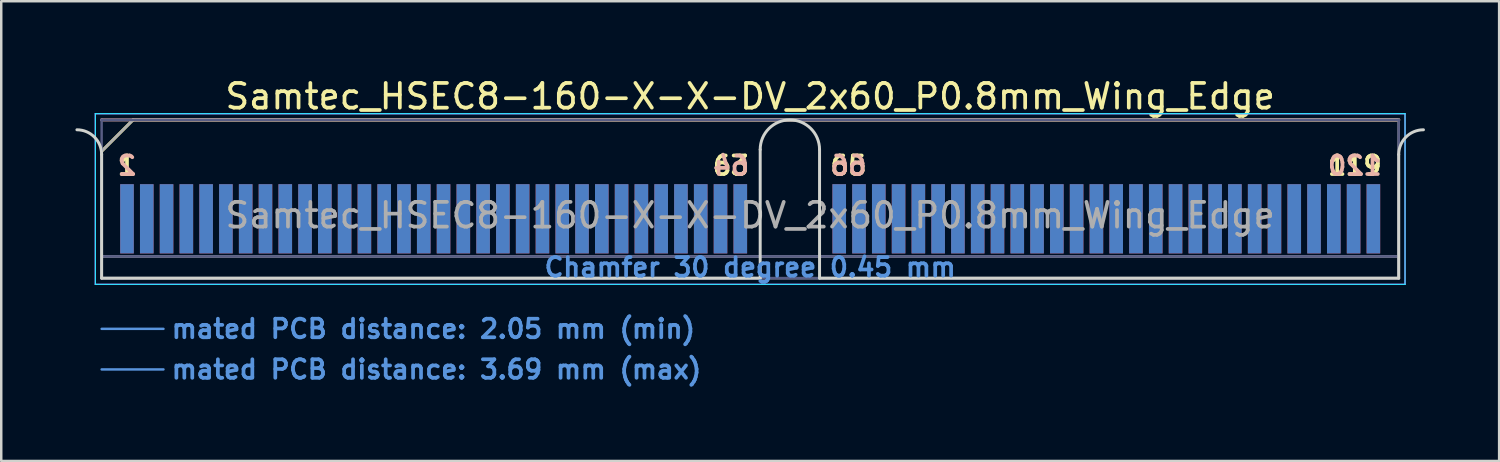
<source format=kicad_pcb>
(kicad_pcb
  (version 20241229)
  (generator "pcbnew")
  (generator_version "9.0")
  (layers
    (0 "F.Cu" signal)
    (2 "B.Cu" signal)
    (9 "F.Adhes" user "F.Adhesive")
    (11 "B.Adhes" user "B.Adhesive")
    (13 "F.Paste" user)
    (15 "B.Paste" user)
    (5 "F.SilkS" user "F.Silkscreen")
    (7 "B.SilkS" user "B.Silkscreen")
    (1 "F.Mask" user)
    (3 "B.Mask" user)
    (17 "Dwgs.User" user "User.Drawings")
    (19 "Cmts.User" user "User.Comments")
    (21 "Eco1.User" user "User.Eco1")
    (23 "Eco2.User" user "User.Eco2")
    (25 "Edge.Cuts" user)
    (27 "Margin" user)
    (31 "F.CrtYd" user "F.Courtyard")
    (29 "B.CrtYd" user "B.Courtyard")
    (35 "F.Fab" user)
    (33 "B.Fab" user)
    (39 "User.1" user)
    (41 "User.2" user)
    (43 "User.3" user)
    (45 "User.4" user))
  (footprint "Samtec_HSEC8-160-X-X-DV_2x60_P0.8mm_Wing_Edge"
    (layer "F.Cu")
    (at 27.285 8.198)
    (property "Reference" "Samtec_HSEC8-160-X-X-DV_2x60_P0.8mm_Wing_Edge" (at 0 -7.35 0) (layer "F.SilkS") (effects (font (size 1 1) (thickness 0.15))))
    (attr exclude_from_pos_files exclude_from_bom)
    (fp_line (start -26.225 -5.13) (end -24.955 -6.4) (stroke (width 0.12) (type solid)) (layer "F.SilkS"))
    (fp_line (start -24.955 -6.4) (end 26.225 -6.4) (stroke (width 0.12) (type solid)) (layer "F.SilkS"))
    (fp_line (start -26.225 -6.4) (end -26.225 -6.4) (stroke (width 0.12) (type solid)) (layer "B.SilkS"))
    (fp_line (start -26.225 -6.4) (end 26.225 -6.4) (stroke (width 0.12) (type solid)) (layer "B.SilkS"))
    (fp_line (start -26.225 2.05) (end -23.725 2.05) (stroke (width 0.1) (type solid)) (layer "Cmts.User"))
    (fp_line (start -26.225 3.69) (end -23.725 3.69) (stroke (width 0.1) (type solid)) (layer "Cmts.User"))
    (fp_line (start -26.225 -5) (end -26.225 0) (stroke (width 0.12) (type solid)) (layer "Edge.Cuts"))
    (fp_line (start -26.225 0) (end 0.405 0) (stroke (width 0.12) (type solid)) (layer "Edge.Cuts"))
    (fp_line (start 0.405 0) (end 0.405 -5.2) (stroke (width 0.12) (type solid)) (layer "Edge.Cuts"))
    (fp_line (start 2.805 -5.2) (end 2.805 0) (stroke (width 0.12) (type solid)) (layer "Edge.Cuts"))
    (fp_line (start 2.805 0) (end 26.225 0) (stroke (width 0.12) (type solid)) (layer "Edge.Cuts"))
    (fp_line (start 26.225 0) (end 26.225 -5) (stroke (width 0.12) (type solid)) (layer "Edge.Cuts"))
    (fp_arc (start -27.225 -6) (mid -26.517893 -5.707107) (end -26.225 -5) (stroke (width 0.12) (type solid)) (layer "Edge.Cuts"))
    (fp_arc (start 0.405 -5.2) (mid 1.605 -6.4) (end 2.805 -5.2) (stroke (width 0.12) (type solid)) (layer "Edge.Cuts"))
    (fp_arc (start 26.225 -5) (mid 26.517893 -5.707107) (end 27.225 -6) (stroke (width 0.12) (type solid)) (layer "Edge.Cuts"))
    (fp_line (start -26.48 -6.65) (end -26.48 0.25) (stroke (width 0.05) (type solid)) (layer "B.CrtYd"))
    (fp_line (start -26.48 0.25) (end 26.48 0.25) (stroke (width 0.05) (type solid)) (layer "B.CrtYd"))
    (fp_line (start 26.48 -6.65) (end -26.48 -6.65) (stroke (width 0.05) (type solid)) (layer "B.CrtYd"))
    (fp_line (start 26.48 0.25) (end 26.48 -6.65) (stroke (width 0.05) (type solid)) (layer "B.CrtYd"))
    (fp_line (start -26.48 -6.65) (end -26.48 0.25) (stroke (width 0.05) (type solid)) (layer "F.CrtYd"))
    (fp_line (start -26.48 0.25) (end 26.48 0.25) (stroke (width 0.05) (type solid)) (layer "F.CrtYd"))
    (fp_line (start 26.48 -6.65) (end -26.48 -6.65) (stroke (width 0.05) (type solid)) (layer "F.CrtYd"))
    (fp_line (start 26.48 0.25) (end 26.48 -6.65) (stroke (width 0.05) (type solid)) (layer "F.CrtYd"))
    (fp_line (start -26.225 -6.4) (end -26.225 -6.4) (stroke (width 0.1) (type solid)) (layer "B.Fab"))
    (fp_line (start -26.225 -6.4) (end -26.225 0) (stroke (width 0.1) (type solid)) (layer "B.Fab"))
    (fp_line (start -26.225 -6.4) (end 26.225 -6.4) (stroke (width 0.1) (type solid)) (layer "B.Fab"))
    (fp_line (start -26.225 -0.88) (end 26.225 -0.88) (stroke (width 0.1) (type solid)) (layer "B.Fab"))
    (fp_line (start -26.225 0) (end 26.225 0) (stroke (width 0.1) (type solid)) (layer "B.Fab"))
    (fp_line (start 26.225 -6.4) (end 26.225 0) (stroke (width 0.1) (type solid)) (layer "B.Fab"))
    (fp_line (start -26.225 -5.13) (end -26.225 0) (stroke (width 0.1) (type solid)) (layer "F.Fab"))
    (fp_line (start -26.225 -5.13) (end -24.955 -6.4) (stroke (width 0.1) (type solid)) (layer "F.Fab"))
    (fp_line (start -26.225 -0.88) (end 26.225 -0.88) (stroke (width 0.1) (type solid)) (layer "F.Fab"))
    (fp_line (start -26.225 0) (end 26.225 0) (stroke (width 0.1) (type solid)) (layer "F.Fab"))
    (fp_line (start -24.955 -6.4) (end 26.225 -6.4) (stroke (width 0.1) (type solid)) (layer "F.Fab"))
    (fp_line (start 26.225 -6.4) (end 26.225 0) (stroke (width 0.1) (type solid)) (layer "F.Fab"))
    (fp_text user "65" (at 3.975 -4.55 0) (layer "F.SilkS") (effects (font (size 0.75 0.75) (thickness 0.15))))
    (fp_text user "63" (at -0.775 -4.55 0) (layer "F.SilkS") (effects (font (size 0.75 0.75) (thickness 0.15))))
    (fp_text user "119" (at 24.45 -4.55 0) (layer "F.SilkS") (effects (font (size 0.75 0.75) (thickness 0.15))))
    (fp_text user "1" (at -25.2 -4.55 0) (layer "F.SilkS") (effects (font (size 0.75 0.75) (thickness 0.15))))
    (fp_text user "2" (at -25.2 -4.55 0) (layer "B.SilkS") (effects (font (size 0.75 0.75) (thickness 0.15)) (justify mirror)))
    (fp_text user "120" (at 24.45 -4.55 0) (layer "B.SilkS") (effects (font (size 0.75 0.75) (thickness 0.15)) (justify mirror)))
    (fp_text user "66" (at 3.975 -4.55 0) (layer "B.SilkS") (effects (font (size 0.75 0.75) (thickness 0.15)) (justify mirror)))
    (fp_text user "64" (at -0.775 -4.55 0) (layer "B.SilkS") (effects (font (size 0.75 0.75) (thickness 0.15)) (justify mirror)))
    (fp_text user "mated PCB distance: 3.69 mm (max)" (at -23.48 3.69 0) (layer "Cmts.User") (effects (font (size 0.75 0.75) (thickness 0.15)) (justify left)))
    (fp_text user "Chamfer 30 degree 0.45 mm" (at 0 -0.44 0) (layer "Cmts.User") (effects (font (size 0.75 0.75) (thickness 0.15))))
    (fp_text user "mated PCB distance: 2.05 mm (min)" (at -23.48 2.05 0) (layer "Cmts.User") (effects (font (size 0.75 0.75) (thickness 0.15)) (justify left)))
    (fp_text user "${REFERENCE}" (at 0 -2.54 0) (layer "F.Fab") (effects (font (size 1 1) (thickness 0.15))))
    (pad "1" connect rect (at -25.2 -2.4) (size 0.55 2.8) (layers "F.Cu" "F.Mask"))
    (pad "2" connect rect (at -25.2 -2.4) (size 0.55 2.8) (layers "B.Cu" "B.Mask"))
    (pad "3" connect rect (at -24.4 -2.4) (size 0.55 2.8) (layers "F.Cu" "F.Mask"))
    (pad "4" connect rect (at -24.4 -2.4) (size 0.55 2.8) (layers "B.Cu" "B.Mask"))
    (pad "5" connect rect (at -23.6 -2.4) (size 0.55 2.8) (layers "F.Cu" "F.Mask"))
    (pad "6" connect rect (at -23.6 -2.4) (size 0.55 2.8) (layers "B.Cu" "B.Mask"))
    (pad "7" connect rect (at -22.8 -2.4) (size 0.55 2.8) (layers "F.Cu" "F.Mask"))
    (pad "8" connect rect (at -22.8 -2.4) (size 0.55 2.8) (layers "B.Cu" "B.Mask"))
    (pad "9" connect rect (at -22 -2.4) (size 0.55 2.8) (layers "F.Cu" "F.Mask"))
    (pad "10" connect rect (at -22 -2.4) (size 0.55 2.8) (layers "B.Cu" "B.Mask"))
    (pad "11" connect rect (at -21.2 -2.4) (size 0.55 2.8) (layers "F.Cu" "F.Mask"))
    (pad "12" connect rect (at -21.2 -2.4) (size 0.55 2.8) (layers "B.Cu" "B.Mask"))
    (pad "13" connect rect (at -20.4 -2.4) (size 0.55 2.8) (layers "F.Cu" "F.Mask"))
    (pad "14" connect rect (at -20.4 -2.4) (size 0.55 2.8) (layers "B.Cu" "B.Mask"))
    (pad "15" connect rect (at -19.6 -2.4) (size 0.55 2.8) (layers "F.Cu" "F.Mask"))
    (pad "16" connect rect (at -19.6 -2.4) (size 0.55 2.8) (layers "B.Cu" "B.Mask"))
    (pad "17" connect rect (at -18.8 -2.4) (size 0.55 2.8) (layers "F.Cu" "F.Mask"))
    (pad "18" connect rect (at -18.8 -2.4) (size 0.55 2.8) (layers "B.Cu" "B.Mask"))
    (pad "19" connect rect (at -18 -2.4) (size 0.55 2.8) (layers "F.Cu" "F.Mask"))
    (pad "20" connect rect (at -18 -2.4) (size 0.55 2.8) (layers "B.Cu" "B.Mask"))
    (pad "21" connect rect (at -17.2 -2.4) (size 0.55 2.8) (layers "F.Cu" "F.Mask"))
    (pad "22" connect rect (at -17.2 -2.4) (size 0.55 2.8) (layers "B.Cu" "B.Mask"))
    (pad "23" connect rect (at -16.4 -2.4) (size 0.55 2.8) (layers "F.Cu" "F.Mask"))
    (pad "24" connect rect (at -16.4 -2.4) (size 0.55 2.8) (layers "B.Cu" "B.Mask"))
    (pad "25" connect rect (at -15.6 -2.4) (size 0.55 2.8) (layers "F.Cu" "F.Mask"))
    (pad "26" connect rect (at -15.6 -2.4) (size 0.55 2.8) (layers "B.Cu" "B.Mask"))
    (pad "27" connect rect (at -14.8 -2.4) (size 0.55 2.8) (layers "F.Cu" "F.Mask"))
    (pad "28" connect rect (at -14.8 -2.4) (size 0.55 2.8) (layers "B.Cu" "B.Mask"))
    (pad "29" connect rect (at -14 -2.4) (size 0.55 2.8) (layers "F.Cu" "F.Mask"))
    (pad "30" connect rect (at -14 -2.4) (size 0.55 2.8) (layers "B.Cu" "B.Mask"))
    (pad "31" connect rect (at -13.2 -2.4) (size 0.55 2.8) (layers "F.Cu" "F.Mask"))
    (pad "32" connect rect (at -13.2 -2.4) (size 0.55 2.8) (layers "B.Cu" "B.Mask"))
    (pad "33" connect rect (at -12.4 -2.4) (size 0.55 2.8) (layers "F.Cu" "F.Mask"))
    (pad "34" connect rect (at -12.4 -2.4) (size 0.55 2.8) (layers "B.Cu" "B.Mask"))
    (pad "35" connect rect (at -11.6 -2.4) (size 0.55 2.8) (layers "F.Cu" "F.Mask"))
    (pad "36" connect rect (at -11.6 -2.4) (size 0.55 2.8) (layers "B.Cu" "B.Mask"))
    (pad "37" connect rect (at -10.8 -2.4) (size 0.55 2.8) (layers "F.Cu" "F.Mask"))
    (pad "38" connect rect (at -10.8 -2.4) (size 0.55 2.8) (layers "B.Cu" "B.Mask"))
    (pad "39" connect rect (at -10 -2.4) (size 0.55 2.8) (layers "F.Cu" "F.Mask"))
    (pad "40" connect rect (at -10 -2.4) (size 0.55 2.8) (layers "B.Cu" "B.Mask"))
    (pad "41" connect rect (at -9.2 -2.4) (size 0.55 2.8) (layers "F.Cu" "F.Mask"))
    (pad "42" connect rect (at -9.2 -2.4) (size 0.55 2.8) (layers "B.Cu" "B.Mask"))
    (pad "43" connect rect (at -8.4 -2.4) (size 0.55 2.8) (layers "F.Cu" "F.Mask"))
    (pad "44" connect rect (at -8.4 -2.4) (size 0.55 2.8) (layers "B.Cu" "B.Mask"))
    (pad "45" connect rect (at -7.6 -2.4) (size 0.55 2.8) (layers "F.Cu" "F.Mask"))
    (pad "46" connect rect (at -7.6 -2.4) (size 0.55 2.8) (layers "B.Cu" "B.Mask"))
    (pad "47" connect rect (at -6.8 -2.4) (size 0.55 2.8) (layers "F.Cu" "F.Mask"))
    (pad "48" connect rect (at -6.8 -2.4) (size 0.55 2.8) (layers "B.Cu" "B.Mask"))
    (pad "49" connect rect (at -6 -2.4) (size 0.55 2.8) (layers "F.Cu" "F.Mask"))
    (pad "50" connect rect (at -6 -2.4) (size 0.55 2.8) (layers "B.Cu" "B.Mask"))
    (pad "51" connect rect (at -5.2 -2.4) (size 0.55 2.8) (layers "F.Cu" "F.Mask"))
    (pad "52" connect rect (at -5.2 -2.4) (size 0.55 2.8) (layers "B.Cu" "B.Mask"))
    (pad "53" connect rect (at -4.4 -2.4) (size 0.55 2.8) (layers "F.Cu" "F.Mask"))
    (pad "54" connect rect (at -4.4 -2.4) (size 0.55 2.8) (layers "B.Cu" "B.Mask"))
    (pad "55" connect rect (at -3.6 -2.4) (size 0.55 2.8) (layers "F.Cu" "F.Mask"))
    (pad "56" connect rect (at -3.6 -2.4) (size 0.55 2.8) (layers "B.Cu" "B.Mask"))
    (pad "57" connect rect (at -2.8 -2.4) (size 0.55 2.8) (layers "F.Cu" "F.Mask"))
    (pad "58" connect rect (at -2.8 -2.4) (size 0.55 2.8) (layers "B.Cu" "B.Mask"))
    (pad "59" connect rect (at -2 -2.4) (size 0.55 2.8) (layers "F.Cu" "F.Mask"))
    (pad "60" connect rect (at -2 -2.4) (size 0.55 2.8) (layers "B.Cu" "B.Mask"))
    (pad "61" connect rect (at -1.2 -2.4) (size 0.55 2.8) (layers "F.Cu" "F.Mask"))
    (pad "62" connect rect (at -1.2 -2.4) (size 0.55 2.8) (layers "B.Cu" "B.Mask"))
    (pad "63" connect rect (at -0.4 -2.4) (size 0.55 2.8) (layers "F.Cu" "F.Mask"))
    (pad "64" connect rect (at -0.4 -2.4) (size 0.55 2.8) (layers "B.Cu" "B.Mask"))
    (pad "65" connect rect (at 3.6 -2.4) (size 0.55 2.8) (layers "F.Cu" "F.Mask"))
    (pad "66" connect rect (at 3.6 -2.4) (size 0.55 2.8) (layers "B.Cu" "B.Mask"))
    (pad "67" connect rect (at 4.4 -2.4) (size 0.55 2.8) (layers "F.Cu" "F.Mask"))
    (pad "68" connect rect (at 4.4 -2.4) (size 0.55 2.8) (layers "B.Cu" "B.Mask"))
    (pad "69" connect rect (at 5.2 -2.4) (size 0.55 2.8) (layers "F.Cu" "F.Mask"))
    (pad "70" connect rect (at 5.2 -2.4) (size 0.55 2.8) (layers "B.Cu" "B.Mask"))
    (pad "71" connect rect (at 6 -2.4) (size 0.55 2.8) (layers "F.Cu" "F.Mask"))
    (pad "72" connect rect (at 6 -2.4) (size 0.55 2.8) (layers "B.Cu" "B.Mask"))
    (pad "73" connect rect (at 6.8 -2.4) (size 0.55 2.8) (layers "F.Cu" "F.Mask"))
    (pad "74" connect rect (at 6.8 -2.4) (size 0.55 2.8) (layers "B.Cu" "B.Mask"))
    (pad "75" connect rect (at 7.6 -2.4) (size 0.55 2.8) (layers "F.Cu" "F.Mask"))
    (pad "76" connect rect (at 7.6 -2.4) (size 0.55 2.8) (layers "B.Cu" "B.Mask"))
    (pad "77" connect rect (at 8.4 -2.4) (size 0.55 2.8) (layers "F.Cu" "F.Mask"))
    (pad "78" connect rect (at 8.4 -2.4) (size 0.55 2.8) (layers "B.Cu" "B.Mask"))
    (pad "79" connect rect (at 9.2 -2.4) (size 0.55 2.8) (layers "F.Cu" "F.Mask"))
    (pad "80" connect rect (at 9.2 -2.4) (size 0.55 2.8) (layers "B.Cu" "B.Mask"))
    (pad "81" connect rect (at 10 -2.4) (size 0.55 2.8) (layers "F.Cu" "F.Mask"))
    (pad "82" connect rect (at 10 -2.4) (size 0.55 2.8) (layers "B.Cu" "B.Mask"))
    (pad "83" connect rect (at 10.8 -2.4) (size 0.55 2.8) (layers "F.Cu" "F.Mask"))
    (pad "84" connect rect (at 10.8 -2.4) (size 0.55 2.8) (layers "B.Cu" "B.Mask"))
    (pad "85" connect rect (at 11.6 -2.4) (size 0.55 2.8) (layers "F.Cu" "F.Mask"))
    (pad "86" connect rect (at 11.6 -2.4) (size 0.55 2.8) (layers "B.Cu" "B.Mask"))
    (pad "87" connect rect (at 12.4 -2.4) (size 0.55 2.8) (layers "F.Cu" "F.Mask"))
    (pad "88" connect rect (at 12.4 -2.4) (size 0.55 2.8) (layers "B.Cu" "B.Mask"))
    (pad "89" connect rect (at 13.2 -2.4) (size 0.55 2.8) (layers "F.Cu" "F.Mask"))
    (pad "90" connect rect (at 13.2 -2.4) (size 0.55 2.8) (layers "B.Cu" "B.Mask"))
    (pad "91" connect rect (at 14 -2.4) (size 0.55 2.8) (layers "F.Cu" "F.Mask"))
    (pad "92" connect rect (at 14 -2.4) (size 0.55 2.8) (layers "B.Cu" "B.Mask"))
    (pad "93" connect rect (at 14.8 -2.4) (size 0.55 2.8) (layers "F.Cu" "F.Mask"))
    (pad "94" connect rect (at 14.8 -2.4) (size 0.55 2.8) (layers "B.Cu" "B.Mask"))
    (pad "95" connect rect (at 15.6 -2.4) (size 0.55 2.8) (layers "F.Cu" "F.Mask"))
    (pad "96" connect rect (at 15.6 -2.4) (size 0.55 2.8) (layers "B.Cu" "B.Mask"))
    (pad "97" connect rect (at 16.4 -2.4) (size 0.55 2.8) (layers "F.Cu" "F.Mask"))
    (pad "98" connect rect (at 16.4 -2.4) (size 0.55 2.8) (layers "B.Cu" "B.Mask"))
    (pad "99" connect rect (at 17.2 -2.4) (size 0.55 2.8) (layers "F.Cu" "F.Mask"))
    (pad "100" connect rect (at 17.2 -2.4) (size 0.55 2.8) (layers "B.Cu" "B.Mask"))
    (pad "101" connect rect (at 18 -2.4) (size 0.55 2.8) (layers "F.Cu" "F.Mask"))
    (pad "102" connect rect (at 18 -2.4) (size 0.55 2.8) (layers "B.Cu" "B.Mask"))
    (pad "103" connect rect (at 18.8 -2.4) (size 0.55 2.8) (layers "F.Cu" "F.Mask"))
    (pad "104" connect rect (at 18.8 -2.4) (size 0.55 2.8) (layers "B.Cu" "B.Mask"))
    (pad "105" connect rect (at 19.6 -2.4) (size 0.55 2.8) (layers "F.Cu" "F.Mask"))
    (pad "106" connect rect (at 19.6 -2.4) (size 0.55 2.8) (layers "B.Cu" "B.Mask"))
    (pad "107" connect rect (at 20.4 -2.4) (size 0.55 2.8) (layers "F.Cu" "F.Mask"))
    (pad "108" connect rect (at 20.4 -2.4) (size 0.55 2.8) (layers "B.Cu" "B.Mask"))
    (pad "109" connect rect (at 21.2 -2.4) (size 0.55 2.8) (layers "F.Cu" "F.Mask"))
    (pad "110" connect rect (at 21.2 -2.4) (size 0.55 2.8) (layers "B.Cu" "B.Mask"))
    (pad "111" connect rect (at 22 -2.4) (size 0.55 2.8) (layers "F.Cu" "F.Mask"))
    (pad "112" connect rect (at 22 -2.4) (size 0.55 2.8) (layers "B.Cu" "B.Mask"))
    (pad "113" connect rect (at 22.8 -2.4) (size 0.55 2.8) (layers "F.Cu" "F.Mask"))
    (pad "114" connect rect (at 22.8 -2.4) (size 0.55 2.8) (layers "B.Cu" "B.Mask"))
    (pad "115" connect rect (at 23.6 -2.4) (size 0.55 2.8) (layers "F.Cu" "F.Mask"))
    (pad "116" connect rect (at 23.6 -2.4) (size 0.55 2.8) (layers "B.Cu" "B.Mask"))
    (pad "117" connect rect (at 24.4 -2.4) (size 0.55 2.8) (layers "F.Cu" "F.Mask"))
    (pad "118" connect rect (at 24.4 -2.4) (size 0.55 2.8) (layers "B.Cu" "B.Mask"))
    (pad "119" connect rect (at 25.2 -2.4) (size 0.55 2.8) (layers "F.Cu" "F.Mask"))
    (pad "120" connect rect (at 25.2 -2.4) (size 0.55 2.8) (layers "B.Cu" "B.Mask")))
  (gr_rect
    (start -3 -3)
    (end 57.57 15.59)
    (stroke (width 0.1) (type default))
    (fill no)
    (layer "Edge.Cuts")))
</source>
